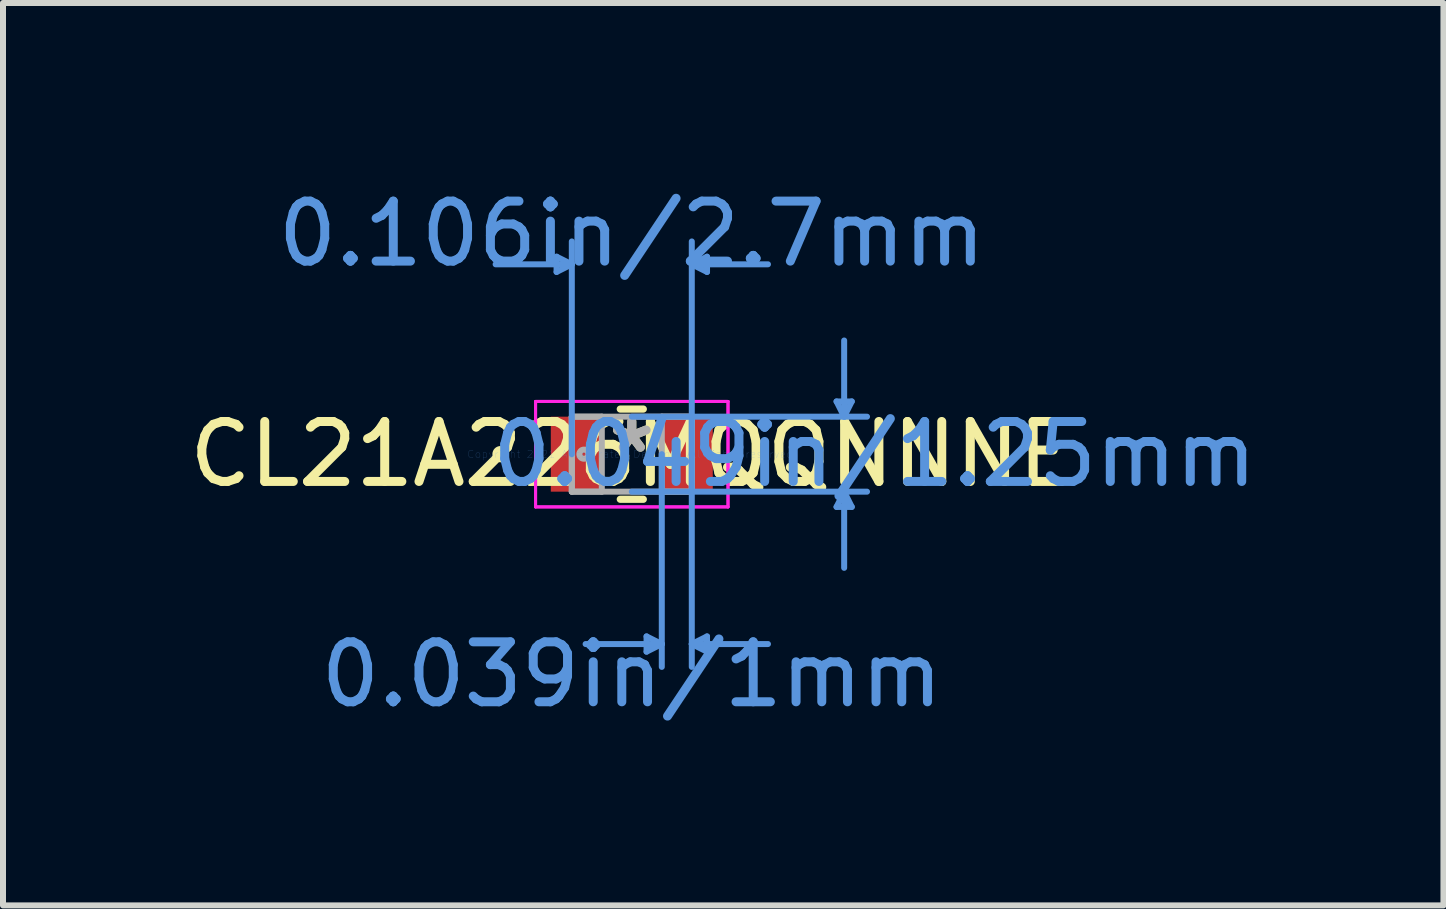
<source format=kicad_pcb>
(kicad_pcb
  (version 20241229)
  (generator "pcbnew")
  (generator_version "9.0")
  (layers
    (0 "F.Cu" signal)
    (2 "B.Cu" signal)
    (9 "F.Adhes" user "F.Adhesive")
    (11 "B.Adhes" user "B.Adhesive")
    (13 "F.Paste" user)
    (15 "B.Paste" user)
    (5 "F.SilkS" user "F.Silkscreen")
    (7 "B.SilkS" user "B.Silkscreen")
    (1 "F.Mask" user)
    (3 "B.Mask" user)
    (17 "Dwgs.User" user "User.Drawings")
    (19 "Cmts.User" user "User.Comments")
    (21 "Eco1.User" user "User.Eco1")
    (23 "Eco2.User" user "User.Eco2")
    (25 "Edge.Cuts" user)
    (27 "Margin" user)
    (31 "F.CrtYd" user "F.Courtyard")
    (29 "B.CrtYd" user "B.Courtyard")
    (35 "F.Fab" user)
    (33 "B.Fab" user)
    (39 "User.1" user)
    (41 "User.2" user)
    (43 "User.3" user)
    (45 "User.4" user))
  (footprint "CL21A226MQQNNNE"
    (layer "F.Cu")
    (at 7.482 4.521)
    (property "Reference" "CL21A226MQQNNNE" (at 0 0 0) (layer "F.SilkS") (effects (font (size 1 1) (thickness 0.15))))
    (attr through_hole)
    (fp_line (start -0.192 0.752) (end 0.192 0.752) (stroke (width 0.12) (type solid)) (layer "F.SilkS"))
    (fp_line (start 0.192 -0.752) (end -0.192 -0.752) (stroke (width 0.12) (type solid)) (layer "F.SilkS"))
    (fp_circle (center -2.188 0) (end -2.112 0) (stroke (width 0.12) (type solid)) (fill no) (layer "F.SilkS"))
    (fp_line (start -1.254 -3.292) (end -1.254 -3.038) (stroke (width 0.1) (type solid)) (layer "Cmts.User"))
    (fp_line (start -1 -3.165) (end -2.27 -3.165) (stroke (width 0.1) (type solid)) (layer "Cmts.User"))
    (fp_line (start -1 -3.165) (end -1.254 -3.292) (stroke (width 0.1) (type solid)) (layer "Cmts.User"))
    (fp_line (start -1 -3.165) (end -1.254 -3.038) (stroke (width 0.1) (type solid)) (layer "Cmts.User"))
    (fp_line (start -1 0) (end -1 -3.546) (stroke (width 0.1) (type solid)) (layer "Cmts.User"))
    (fp_line (start 0 -0.625) (end 3.921 -0.625) (stroke (width 0.1) (type solid)) (layer "Cmts.User"))
    (fp_line (start 0 0.625) (end 3.921 0.625) (stroke (width 0.1) (type solid)) (layer "Cmts.User"))
    (fp_line (start 0.246 3.038) (end 0.246 3.292) (stroke (width 0.1) (type solid)) (layer "Cmts.User"))
    (fp_line (start 0.5 0) (end 0.5 3.546) (stroke (width 0.1) (type solid)) (layer "Cmts.User"))
    (fp_line (start 0.5 3.165) (end -0.77 3.165) (stroke (width 0.1) (type solid)) (layer "Cmts.User"))
    (fp_line (start 0.5 3.165) (end 0.246 3.038) (stroke (width 0.1) (type solid)) (layer "Cmts.User"))
    (fp_line (start 0.5 3.165) (end 0.246 3.292) (stroke (width 0.1) (type solid)) (layer "Cmts.User"))
    (fp_line (start 1 -3.165) (end 1.254 -3.292) (stroke (width 0.1) (type solid)) (layer "Cmts.User"))
    (fp_line (start 1 -3.165) (end 1.254 -3.038) (stroke (width 0.1) (type solid)) (layer "Cmts.User"))
    (fp_line (start 1 -3.165) (end 2.27 -3.165) (stroke (width 0.1) (type solid)) (layer "Cmts.User"))
    (fp_line (start 1 0) (end 1 -3.546) (stroke (width 0.1) (type solid)) (layer "Cmts.User"))
    (fp_line (start 1 0) (end 1 3.546) (stroke (width 0.1) (type solid)) (layer "Cmts.User"))
    (fp_line (start 1 3.165) (end 1.254 3.038) (stroke (width 0.1) (type solid)) (layer "Cmts.User"))
    (fp_line (start 1 3.165) (end 1.254 3.292) (stroke (width 0.1) (type solid)) (layer "Cmts.User"))
    (fp_line (start 1 3.165) (end 2.27 3.165) (stroke (width 0.1) (type solid)) (layer "Cmts.User"))
    (fp_line (start 1.254 -3.292) (end 1.254 -3.038) (stroke (width 0.1) (type solid)) (layer "Cmts.User"))
    (fp_line (start 1.254 3.038) (end 1.254 3.292) (stroke (width 0.1) (type solid)) (layer "Cmts.User"))
    (fp_line (start 3.413 -0.879) (end 3.667 -0.879) (stroke (width 0.1) (type solid)) (layer "Cmts.User"))
    (fp_line (start 3.413 0.879) (end 3.667 0.879) (stroke (width 0.1) (type solid)) (layer "Cmts.User"))
    (fp_line (start 3.54 -0.625) (end 3.413 -0.879) (stroke (width 0.1) (type solid)) (layer "Cmts.User"))
    (fp_line (start 3.54 -0.625) (end 3.54 -1.895) (stroke (width 0.1) (type solid)) (layer "Cmts.User"))
    (fp_line (start 3.54 -0.625) (end 3.667 -0.879) (stroke (width 0.1) (type solid)) (layer "Cmts.User"))
    (fp_line (start 3.54 0.625) (end 3.413 0.879) (stroke (width 0.1) (type solid)) (layer "Cmts.User"))
    (fp_line (start 3.54 0.625) (end 3.54 1.895) (stroke (width 0.1) (type solid)) (layer "Cmts.User"))
    (fp_line (start 3.54 0.625) (end 3.667 0.879) (stroke (width 0.1) (type solid)) (layer "Cmts.User"))
    (fp_line (start -1.604 -0.879) (end 1.604 -0.879) (stroke (width 0.05) (type solid)) (layer "F.CrtYd"))
    (fp_line (start -1.604 -0.879) (end 1.604 -0.879) (stroke (width 0.05) (type solid)) (layer "F.CrtYd"))
    (fp_line (start -1.604 0.879) (end -1.604 -0.879) (stroke (width 0.05) (type solid)) (layer "F.CrtYd"))
    (fp_line (start -1.604 0.879) (end -1.604 -0.879) (stroke (width 0.05) (type solid)) (layer "F.CrtYd"))
    (fp_line (start 1.604 -0.879) (end 1.604 0.879) (stroke (width 0.05) (type solid)) (layer "F.CrtYd"))
    (fp_line (start 1.604 -0.879) (end 1.604 0.879) (stroke (width 0.05) (type solid)) (layer "F.CrtYd"))
    (fp_line (start 1.604 0.879) (end -1.604 0.879) (stroke (width 0.05) (type solid)) (layer "F.CrtYd"))
    (fp_line (start 1.604 0.879) (end -1.604 0.879) (stroke (width 0.05) (type solid)) (layer "F.CrtYd"))
    (fp_line (start -1 -0.625) (end -1 0.625) (stroke (width 0.1) (type solid)) (layer "F.Fab"))
    (fp_line (start -1 -0.625) (end -1 0.625) (stroke (width 0.1) (type solid)) (layer "F.Fab"))
    (fp_line (start -1 0.625) (end -0.5 0.625) (stroke (width 0.1) (type solid)) (layer "F.Fab"))
    (fp_line (start -1 0.625) (end 1 0.625) (stroke (width 0.1) (type solid)) (layer "F.Fab"))
    (fp_line (start -0.5 -0.625) (end -1 -0.625) (stroke (width 0.1) (type solid)) (layer "F.Fab"))
    (fp_line (start -0.5 0.625) (end -0.5 -0.625) (stroke (width 0.1) (type solid)) (layer "F.Fab"))
    (fp_line (start 0.5 -0.625) (end 0.5 0.625) (stroke (width 0.1) (type solid)) (layer "F.Fab"))
    (fp_line (start 0.5 0.625) (end 1 0.625) (stroke (width 0.1) (type solid)) (layer "F.Fab"))
    (fp_line (start 1 -0.625) (end -1 -0.625) (stroke (width 0.1) (type solid)) (layer "F.Fab"))
    (fp_line (start 1 -0.625) (end 0.5 -0.625) (stroke (width 0.1) (type solid)) (layer "F.Fab"))
    (fp_line (start 1 0.625) (end 1 -0.625) (stroke (width 0.1) (type solid)) (layer "F.Fab"))
    (fp_line (start 1 0.625) (end 1 -0.625) (stroke (width 0.1) (type solid)) (layer "F.Fab"))
    (fp_circle (center -0.798 0) (end -0.722 0) (stroke (width 0.1) (type solid)) (fill no) (layer "F.Fab"))
    (fp_text user "*" (at 0 0 0) (layer "F.SilkS") (effects (font (size 1 1) (thickness 0.15))))
    (fp_text user "0.106in/2.7mm" (at 0 -3.673 0) (layer "Cmts.User") (effects (font (size 1 1) (thickness 0.15))))
    (fp_text user "0.049in/1.25mm" (at 4.048 0 0) (layer "Cmts.User") (effects (font (size 1 1) (thickness 0.15))))
    (fp_text user "Copyright 2021 Accelerated Designs. All rights reserved." (at 0 0 0) (layer "Cmts.User") (effects (font (size 0.127 0.127) (thickness 0.002))))
    (fp_text user "0.039in/1mm" (at 0 3.673 0) (layer "Cmts.User") (effects (font (size 1 1) (thickness 0.15))))
    (fp_text user "*" (at 0 0 0) (layer "F.Fab") (effects (font (size 1 1) (thickness 0.15))))
    (pad "1" smd rect (at -0.925 0) (size 0.85 1.25) (layers "F.Cu" "F.Mask" "F.Paste"))
    (pad "2" smd rect (at 0.925 0) (size 0.85 1.25) (layers "F.Cu" "F.Mask" "F.Paste")))
  (gr_rect
    (start -3 -3)
    (end 21.012 12.043)
    (stroke (width 0.1) (type default))
    (fill no)
    (layer "Edge.Cuts")))
</source>
